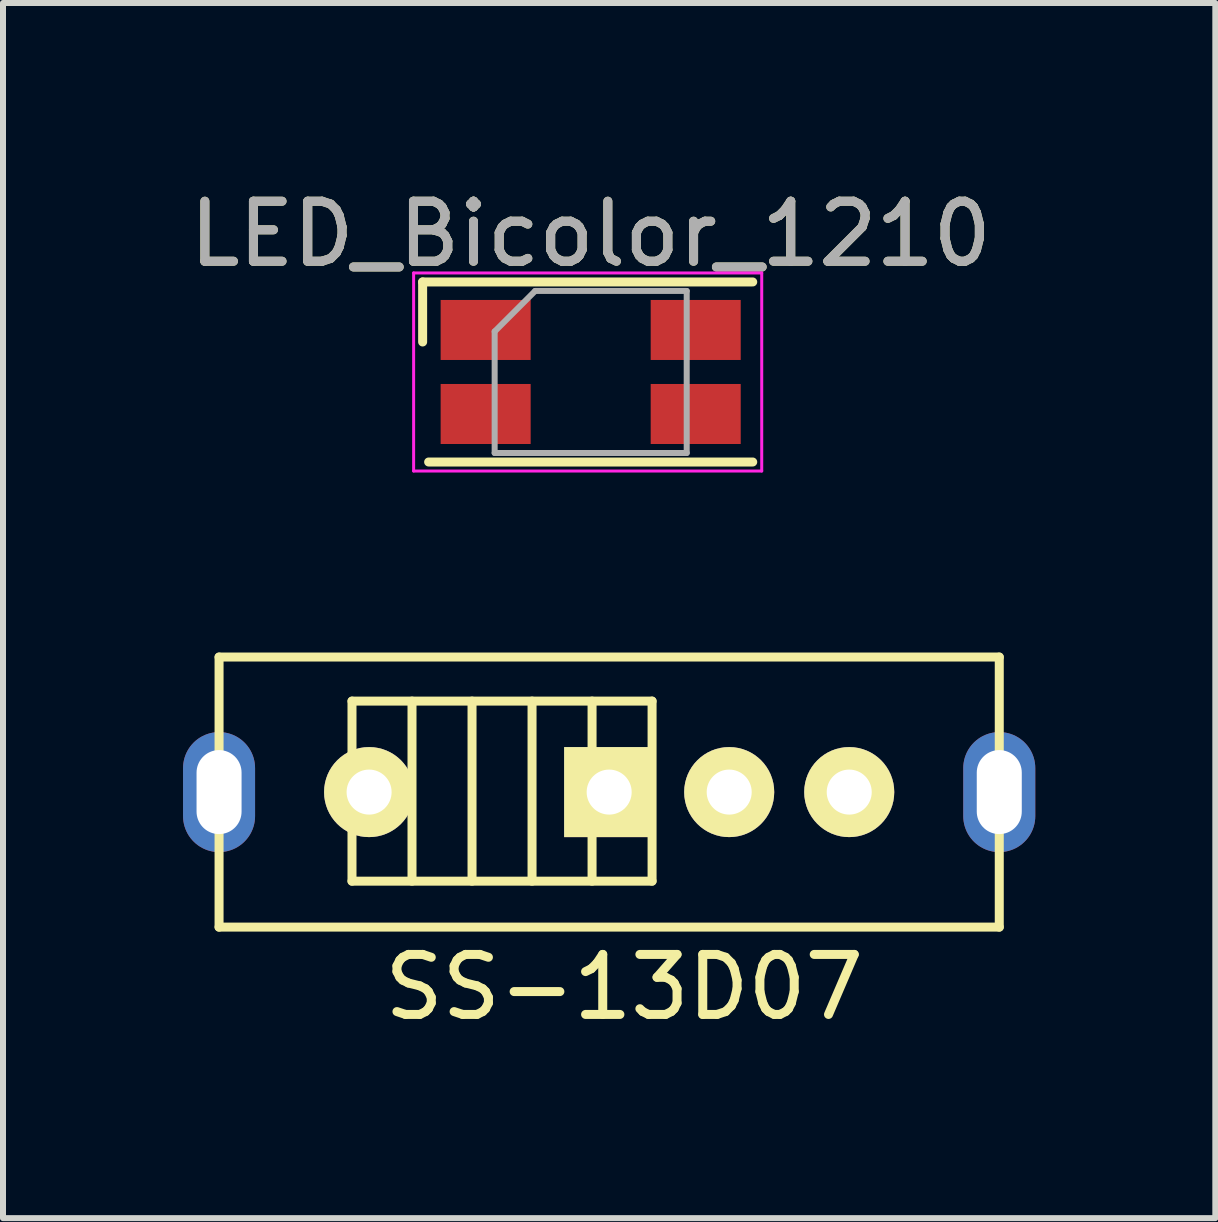
<source format=kicad_pcb>
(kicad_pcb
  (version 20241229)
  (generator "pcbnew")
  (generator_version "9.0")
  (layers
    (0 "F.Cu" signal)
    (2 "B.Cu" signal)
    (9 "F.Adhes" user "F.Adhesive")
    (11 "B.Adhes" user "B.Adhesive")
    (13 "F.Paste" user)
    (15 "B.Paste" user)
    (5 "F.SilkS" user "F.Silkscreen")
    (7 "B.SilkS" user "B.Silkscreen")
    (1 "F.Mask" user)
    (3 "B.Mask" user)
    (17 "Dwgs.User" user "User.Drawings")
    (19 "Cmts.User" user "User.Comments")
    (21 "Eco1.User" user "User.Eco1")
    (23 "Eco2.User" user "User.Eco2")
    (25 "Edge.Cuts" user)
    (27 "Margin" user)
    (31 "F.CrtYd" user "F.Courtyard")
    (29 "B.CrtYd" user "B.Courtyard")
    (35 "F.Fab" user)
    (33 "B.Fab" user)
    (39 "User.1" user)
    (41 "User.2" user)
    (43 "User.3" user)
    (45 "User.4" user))
  (footprint "LED_Bicolor_1210"
    (layer "F.Cu")
    (at 6.792 3.148)
    (property "Reference" "LED_Bicolor_1210" (at 0 -2.3 0) (layer "F.SilkS") (effects (font (size 1 1) (thickness 0.15))))
    (attr smd)
    (fp_line (start -2.8 -0.5) (end -2.8 -1.5) (stroke (width 0.15) (type solid)) (layer "F.SilkS"))
    (fp_line (start 2.7 -1.5) (end -2.8 -1.5) (stroke (width 0.15) (type solid)) (layer "F.SilkS"))
    (fp_line (start 2.7 1.5) (end -2.7 1.5) (stroke (width 0.15) (type solid)) (layer "F.SilkS"))
    (fp_line (start -2.95 -1.65) (end -2.95 1.65) (stroke (width 0.05) (type solid)) (layer "F.CrtYd"))
    (fp_line (start -2.95 1.65) (end 2.85 1.65) (stroke (width 0.05) (type solid)) (layer "F.CrtYd"))
    (fp_line (start 2.85 -1.65) (end -2.95 -1.65) (stroke (width 0.05) (type solid)) (layer "F.CrtYd"))
    (fp_line (start 2.85 1.65) (end 2.85 -1.65) (stroke (width 0.05) (type solid)) (layer "F.CrtYd"))
    (fp_line (start -1.6 -0.675) (end -0.925 -1.35) (stroke (width 0.1) (type solid)) (layer "F.Fab"))
    (fp_line (start -1.6 1.35) (end -1.6 -0.675) (stroke (width 0.1) (type solid)) (layer "F.Fab"))
    (fp_line (start -0.925 -1.35) (end 1.6 -1.35) (stroke (width 0.1) (type solid)) (layer "F.Fab"))
    (fp_line (start 1.6 -1.35) (end 1.6 1.35) (stroke (width 0.1) (type solid)) (layer "F.Fab"))
    (fp_line (start 1.6 1.35) (end -1.6 1.35) (stroke (width 0.1) (type solid)) (layer "F.Fab"))
    (fp_text user "${REFERENCE}" (at 0 -2.3 0) (layer "F.Fab") (effects (font (size 1 1) (thickness 0.15))))
    (pad "1" smd rect (at -1.75 -0.7 180) (size 1.5 1) (layers "F.Cu" "F.Mask" "F.Paste"))
    (pad "2" smd rect (at 1.75 -0.7 180) (size 1.5 1) (layers "F.Cu" "F.Mask" "F.Paste"))
    (pad "3" smd rect (at -1.75 0.7 180) (size 1.5 1) (layers "F.Cu" "F.Mask" "F.Paste"))
    (pad "4" smd rect (at 1.75 0.7 180) (size 1.5 1) (layers "F.Cu" "F.Mask" "F.Paste")))
  (footprint "SS-13D07"
    (layer "F.Cu")
    (at 3.1 10.148)
    (property "Reference" "SS-13D07" (at 4.25 3.25 180) (layer "F.SilkS") (effects (font (size 1 1) (thickness 0.15))))
    (attr through_hole)
    (fp_line (start -2.5 -2.25) (end -2.5 2.25) (stroke (width 0.15) (type solid)) (layer "F.SilkS"))
    (fp_line (start -2.5 -2.25) (end 10.5 -2.25) (stroke (width 0.15) (type solid)) (layer "F.SilkS"))
    (fp_line (start -2.5 2.25) (end 10.5 2.25) (stroke (width 0.15) (type solid)) (layer "F.SilkS"))
    (fp_line (start -0.285 -1.516) (end -0.285 1.484) (stroke (width 0.15) (type solid)) (layer "F.SilkS"))
    (fp_line (start -0.285 1.484) (end 4.715 1.484) (stroke (width 0.15) (type solid)) (layer "F.SilkS"))
    (fp_line (start 0.715 -1.516) (end 0.715 1.484) (stroke (width 0.15) (type solid)) (layer "F.SilkS"))
    (fp_line (start 1.715 -1.516) (end 1.715 1.484) (stroke (width 0.15) (type solid)) (layer "F.SilkS"))
    (fp_line (start 2.715 -1.516) (end 2.715 1.484) (stroke (width 0.15) (type solid)) (layer "F.SilkS"))
    (fp_line (start 3.715 -1.516) (end 3.715 1.484) (stroke (width 0.15) (type solid)) (layer "F.SilkS"))
    (fp_line (start 4.715 -1.516) (end -0.285 -1.516) (stroke (width 0.15) (type solid)) (layer "F.SilkS"))
    (fp_line (start 4.715 1.484) (end 4.715 -1.516) (stroke (width 0.15) (type solid)) (layer "F.SilkS"))
    (fp_line (start 10.5 -2.25) (end 10.5 2.25) (stroke (width 0.15) (type solid)) (layer "F.SilkS"))
    (pad "" thru_hole oval (at -2.5 0) (size 1.2 2) (drill oval 0.75 1.4) (layers "*.Cu" "*.Mask"))
    (pad "" thru_hole oval (at 10.5 0) (size 1.2 2) (drill oval 0.75 1.4) (layers "*.Cu" "*.Mask"))
    (pad "1" thru_hole circle (at 0 0) (size 1.5 1.5) (drill 0.75) (layers "*.Cu" "*.Mask" "F.SilkS"))
    (pad "2" thru_hole rect (at 4 0) (size 1.5 1.5) (drill 0.75) (layers "*.Cu" "*.Mask" "F.SilkS"))
    (pad "3" thru_hole circle (at 6 0) (size 1.5 1.5) (drill 0.75) (layers "*.Cu" "*.Mask" "F.SilkS"))
    (pad "4" thru_hole circle (at 8 0) (size 1.5 1.5) (drill 0.75) (layers "*.Cu" "*.Mask" "F.SilkS")))
  (gr_rect
    (start -3 -3)
    (end 17.2 17.247)
    (stroke (width 0.1) (type default))
    (fill no)
    (layer "Edge.Cuts")))
</source>
